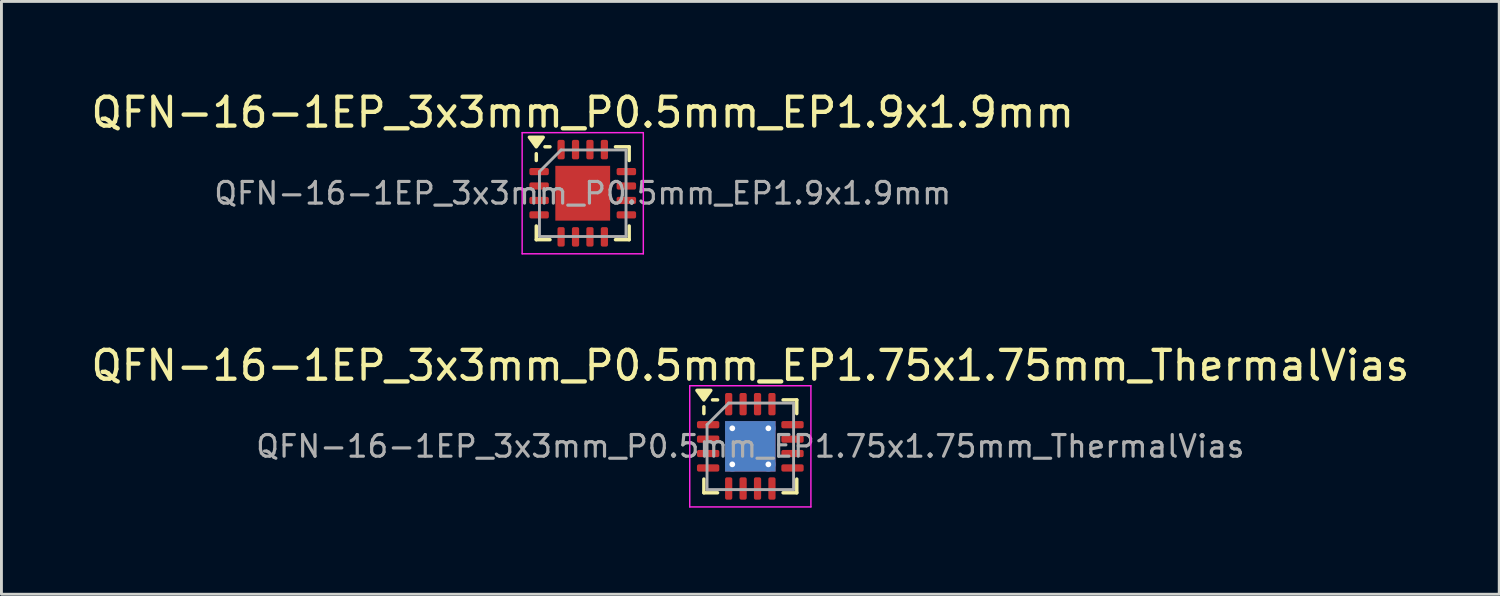
<source format=kicad_pcb>
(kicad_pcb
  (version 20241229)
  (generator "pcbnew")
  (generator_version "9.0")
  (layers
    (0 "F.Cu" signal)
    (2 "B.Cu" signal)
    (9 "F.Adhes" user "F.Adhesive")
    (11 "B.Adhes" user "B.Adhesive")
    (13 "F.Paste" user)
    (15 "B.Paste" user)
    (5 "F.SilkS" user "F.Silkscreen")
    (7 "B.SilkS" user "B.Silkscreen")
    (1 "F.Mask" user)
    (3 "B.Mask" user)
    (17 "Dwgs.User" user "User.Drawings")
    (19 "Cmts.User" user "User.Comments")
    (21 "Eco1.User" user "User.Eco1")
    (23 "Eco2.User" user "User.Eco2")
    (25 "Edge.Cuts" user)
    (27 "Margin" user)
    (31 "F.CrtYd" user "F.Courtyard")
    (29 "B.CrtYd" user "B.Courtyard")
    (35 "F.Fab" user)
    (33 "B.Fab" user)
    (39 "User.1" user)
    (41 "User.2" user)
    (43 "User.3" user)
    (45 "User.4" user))
  (footprint "QFN-16-1EP_3x3mm_P0.5mm_EP1.9x1.9mm"
    (layer "F.Cu")
    (at 17.149 3.648)
    (property "Reference" "QFN-16-1EP_3x3mm_P0.5mm_EP1.9x1.9mm" (at 0 -2.8 0) (layer "F.SilkS") (effects (font (size 1 1) (thickness 0.15))))
    (attr smd)
    (fp_line (start -1.61 -1.135) (end -1.61 -1.37) (stroke (width 0.12) (type solid)) (layer "F.SilkS"))
    (fp_line (start -1.61 1.61) (end -1.61 1.135) (stroke (width 0.12) (type solid)) (layer "F.SilkS"))
    (fp_line (start -1.135 -1.61) (end -1.31 -1.61) (stroke (width 0.12) (type solid)) (layer "F.SilkS"))
    (fp_line (start -1.135 1.61) (end -1.61 1.61) (stroke (width 0.12) (type solid)) (layer "F.SilkS"))
    (fp_line (start 1.135 -1.61) (end 1.61 -1.61) (stroke (width 0.12) (type solid)) (layer "F.SilkS"))
    (fp_line (start 1.135 1.61) (end 1.61 1.61) (stroke (width 0.12) (type solid)) (layer "F.SilkS"))
    (fp_line (start 1.61 -1.61) (end 1.61 -1.135) (stroke (width 0.12) (type solid)) (layer "F.SilkS"))
    (fp_line (start 1.61 1.61) (end 1.61 1.135) (stroke (width 0.12) (type solid)) (layer "F.SilkS"))
    (fp_poly (pts (xy -1.61 -1.61) (xy -1.85 -1.94) (xy -1.37 -1.94) (xy -1.61 -1.61)) (stroke (width 0.12) (type solid)) (fill yes) (layer "F.SilkS"))
    (fp_line (start -2.1 -2.1) (end -2.1 2.1) (stroke (width 0.05) (type solid)) (layer "F.CrtYd"))
    (fp_line (start -2.1 2.1) (end 2.1 2.1) (stroke (width 0.05) (type solid)) (layer "F.CrtYd"))
    (fp_line (start 2.1 -2.1) (end -2.1 -2.1) (stroke (width 0.05) (type solid)) (layer "F.CrtYd"))
    (fp_line (start 2.1 2.1) (end 2.1 -2.1) (stroke (width 0.05) (type solid)) (layer "F.CrtYd"))
    (fp_line (start -1.5 -0.75) (end -0.75 -1.5) (stroke (width 0.1) (type solid)) (layer "F.Fab"))
    (fp_line (start -1.5 1.5) (end -1.5 -0.75) (stroke (width 0.1) (type solid)) (layer "F.Fab"))
    (fp_line (start -0.75 -1.5) (end 1.5 -1.5) (stroke (width 0.1) (type solid)) (layer "F.Fab"))
    (fp_line (start 1.5 -1.5) (end 1.5 1.5) (stroke (width 0.1) (type solid)) (layer "F.Fab"))
    (fp_line (start 1.5 1.5) (end -1.5 1.5) (stroke (width 0.1) (type solid)) (layer "F.Fab"))
    (fp_text user "${REFERENCE}" (at 0 0 0) (layer "F.Fab") (effects (font (size 0.75 0.75) (thickness 0.11))))
    (pad "" smd roundrect (at -0.475 -0.475) (size 0.77 0.77) (layers "F.Paste") (roundrect_rratio 0.25))
    (pad "" smd roundrect (at -0.475 0.475) (size 0.77 0.77) (layers "F.Paste") (roundrect_rratio 0.25))
    (pad "" smd roundrect (at 0.475 -0.475) (size 0.77 0.77) (layers "F.Paste") (roundrect_rratio 0.25))
    (pad "" smd roundrect (at 0.475 0.475) (size 0.77 0.77) (layers "F.Paste") (roundrect_rratio 0.25))
    (pad "1" smd roundrect (at -1.512 -0.75) (size 0.675 0.25) (layers "F.Cu" "F.Mask" "F.Paste") (roundrect_rratio 0.25))
    (pad "2" smd roundrect (at -1.512 -0.25) (size 0.675 0.25) (layers "F.Cu" "F.Mask" "F.Paste") (roundrect_rratio 0.25))
    (pad "3" smd roundrect (at -1.512 0.25) (size 0.675 0.25) (layers "F.Cu" "F.Mask" "F.Paste") (roundrect_rratio 0.25))
    (pad "4" smd roundrect (at -1.512 0.75) (size 0.675 0.25) (layers "F.Cu" "F.Mask" "F.Paste") (roundrect_rratio 0.25))
    (pad "5" smd roundrect (at -0.75 1.512) (size 0.25 0.675) (layers "F.Cu" "F.Mask" "F.Paste") (roundrect_rratio 0.25))
    (pad "6" smd roundrect (at -0.25 1.512) (size 0.25 0.675) (layers "F.Cu" "F.Mask" "F.Paste") (roundrect_rratio 0.25))
    (pad "7" smd roundrect (at 0.25 1.512) (size 0.25 0.675) (layers "F.Cu" "F.Mask" "F.Paste") (roundrect_rratio 0.25))
    (pad "8" smd roundrect (at 0.75 1.512) (size 0.25 0.675) (layers "F.Cu" "F.Mask" "F.Paste") (roundrect_rratio 0.25))
    (pad "9" smd roundrect (at 1.512 0.75) (size 0.675 0.25) (layers "F.Cu" "F.Mask" "F.Paste") (roundrect_rratio 0.25))
    (pad "10" smd roundrect (at 1.512 0.25) (size 0.675 0.25) (layers "F.Cu" "F.Mask" "F.Paste") (roundrect_rratio 0.25))
    (pad "11" smd roundrect (at 1.512 -0.25) (size 0.675 0.25) (layers "F.Cu" "F.Mask" "F.Paste") (roundrect_rratio 0.25))
    (pad "12" smd roundrect (at 1.512 -0.75) (size 0.675 0.25) (layers "F.Cu" "F.Mask" "F.Paste") (roundrect_rratio 0.25))
    (pad "13" smd roundrect (at 0.75 -1.512) (size 0.25 0.675) (layers "F.Cu" "F.Mask" "F.Paste") (roundrect_rratio 0.25))
    (pad "14" smd roundrect (at 0.25 -1.512) (size 0.25 0.675) (layers "F.Cu" "F.Mask" "F.Paste") (roundrect_rratio 0.25))
    (pad "15" smd roundrect (at -0.25 -1.512) (size 0.25 0.675) (layers "F.Cu" "F.Mask" "F.Paste") (roundrect_rratio 0.25))
    (pad "16" smd roundrect (at -0.75 -1.512) (size 0.25 0.675) (layers "F.Cu" "F.Mask" "F.Paste") (roundrect_rratio 0.25))
    (pad "17" smd rect (at 0 0) (size 1.9 1.9) (property pad_prop_heatsink) (layers "F.Cu" "F.Mask")))
  (footprint "QFN-16-1EP_3x3mm_P0.5mm_EP1.75x1.75mm_ThermalVias"
    (layer "F.Cu")
    (at 22.958 12.421)
    (property "Reference" "QFN-16-1EP_3x3mm_P0.5mm_EP1.75x1.75mm_ThermalVias" (at 0 -2.8 0) (layer "F.SilkS") (effects (font (size 1 1) (thickness 0.15))))
    (attr smd)
    (fp_line (start -1.61 -1.135) (end -1.61 -1.37) (stroke (width 0.12) (type solid)) (layer "F.SilkS"))
    (fp_line (start -1.61 1.61) (end -1.61 1.135) (stroke (width 0.12) (type solid)) (layer "F.SilkS"))
    (fp_line (start -1.135 -1.61) (end -1.31 -1.61) (stroke (width 0.12) (type solid)) (layer "F.SilkS"))
    (fp_line (start -1.135 1.61) (end -1.61 1.61) (stroke (width 0.12) (type solid)) (layer "F.SilkS"))
    (fp_line (start 1.135 -1.61) (end 1.61 -1.61) (stroke (width 0.12) (type solid)) (layer "F.SilkS"))
    (fp_line (start 1.135 1.61) (end 1.61 1.61) (stroke (width 0.12) (type solid)) (layer "F.SilkS"))
    (fp_line (start 1.61 -1.61) (end 1.61 -1.135) (stroke (width 0.12) (type solid)) (layer "F.SilkS"))
    (fp_line (start 1.61 1.61) (end 1.61 1.135) (stroke (width 0.12) (type solid)) (layer "F.SilkS"))
    (fp_poly (pts (xy -1.61 -1.61) (xy -1.85 -1.94) (xy -1.37 -1.94) (xy -1.61 -1.61)) (stroke (width 0.12) (type solid)) (fill yes) (layer "F.SilkS"))
    (fp_line (start -2.1 -2.1) (end -2.1 2.1) (stroke (width 0.05) (type solid)) (layer "F.CrtYd"))
    (fp_line (start -2.1 2.1) (end 2.1 2.1) (stroke (width 0.05) (type solid)) (layer "F.CrtYd"))
    (fp_line (start 2.1 -2.1) (end -2.1 -2.1) (stroke (width 0.05) (type solid)) (layer "F.CrtYd"))
    (fp_line (start 2.1 2.1) (end 2.1 -2.1) (stroke (width 0.05) (type solid)) (layer "F.CrtYd"))
    (fp_line (start -1.5 -0.75) (end -0.75 -1.5) (stroke (width 0.1) (type solid)) (layer "F.Fab"))
    (fp_line (start -1.5 1.5) (end -1.5 -0.75) (stroke (width 0.1) (type solid)) (layer "F.Fab"))
    (fp_line (start -0.75 -1.5) (end 1.5 -1.5) (stroke (width 0.1) (type solid)) (layer "F.Fab"))
    (fp_line (start 1.5 -1.5) (end 1.5 1.5) (stroke (width 0.1) (type solid)) (layer "F.Fab"))
    (fp_line (start 1.5 1.5) (end -1.5 1.5) (stroke (width 0.1) (type solid)) (layer "F.Fab"))
    (fp_text user "${REFERENCE}" (at 0 0 0) (layer "F.Fab") (effects (font (size 0.75 0.75) (thickness 0.11))))
    (pad "" smd roundrect (at -0.44 -0.44) (size 0.76 0.76) (layers "F.Paste") (roundrect_rratio 0.25))
    (pad "" smd roundrect (at -0.44 0.44) (size 0.76 0.76) (layers "F.Paste") (roundrect_rratio 0.25))
    (pad "" smd roundrect (at 0.44 -0.44) (size 0.76 0.76) (layers "F.Paste") (roundrect_rratio 0.25))
    (pad "" smd roundrect (at 0.44 0.44) (size 0.76 0.76) (layers "F.Paste") (roundrect_rratio 0.25))
    (pad "1" smd roundrect (at -1.462 -0.75) (size 0.775 0.25) (layers "F.Cu" "F.Mask" "F.Paste") (roundrect_rratio 0.25))
    (pad "2" smd roundrect (at -1.462 -0.25) (size 0.775 0.25) (layers "F.Cu" "F.Mask" "F.Paste") (roundrect_rratio 0.25))
    (pad "3" smd roundrect (at -1.462 0.25) (size 0.775 0.25) (layers "F.Cu" "F.Mask" "F.Paste") (roundrect_rratio 0.25))
    (pad "4" smd roundrect (at -1.462 0.75) (size 0.775 0.25) (layers "F.Cu" "F.Mask" "F.Paste") (roundrect_rratio 0.25))
    (pad "5" smd roundrect (at -0.75 1.462) (size 0.25 0.775) (layers "F.Cu" "F.Mask" "F.Paste") (roundrect_rratio 0.25))
    (pad "6" smd roundrect (at -0.25 1.462) (size 0.25 0.775) (layers "F.Cu" "F.Mask" "F.Paste") (roundrect_rratio 0.25))
    (pad "7" smd roundrect (at 0.25 1.462) (size 0.25 0.775) (layers "F.Cu" "F.Mask" "F.Paste") (roundrect_rratio 0.25))
    (pad "8" smd roundrect (at 0.75 1.462) (size 0.25 0.775) (layers "F.Cu" "F.Mask" "F.Paste") (roundrect_rratio 0.25))
    (pad "9" smd roundrect (at 1.462 0.75) (size 0.775 0.25) (layers "F.Cu" "F.Mask" "F.Paste") (roundrect_rratio 0.25))
    (pad "10" smd roundrect (at 1.462 0.25) (size 0.775 0.25) (layers "F.Cu" "F.Mask" "F.Paste") (roundrect_rratio 0.25))
    (pad "11" smd roundrect (at 1.462 -0.25) (size 0.775 0.25) (layers "F.Cu" "F.Mask" "F.Paste") (roundrect_rratio 0.25))
    (pad "12" smd roundrect (at 1.462 -0.75) (size 0.775 0.25) (layers "F.Cu" "F.Mask" "F.Paste") (roundrect_rratio 0.25))
    (pad "13" smd roundrect (at 0.75 -1.462) (size 0.25 0.775) (layers "F.Cu" "F.Mask" "F.Paste") (roundrect_rratio 0.25))
    (pad "14" smd roundrect (at 0.25 -1.462) (size 0.25 0.775) (layers "F.Cu" "F.Mask" "F.Paste") (roundrect_rratio 0.25))
    (pad "15" smd roundrect (at -0.25 -1.462) (size 0.25 0.775) (layers "F.Cu" "F.Mask" "F.Paste") (roundrect_rratio 0.25))
    (pad "16" smd roundrect (at -0.75 -1.462) (size 0.25 0.775) (layers "F.Cu" "F.Mask" "F.Paste") (roundrect_rratio 0.25))
    (pad "17" thru_hole circle (at -0.625 -0.625) (size 0.5 0.5) (drill 0.2) (property pad_prop_heatsink) (layers "*.Cu"))
    (pad "17" thru_hole circle (at -0.625 0.625) (size 0.5 0.5) (drill 0.2) (property pad_prop_heatsink) (layers "*.Cu"))
    (pad "17" smd rect (at 0 0) (size 1.75 1.75) (property pad_prop_heatsink) (layers "F.Cu" "F.Mask"))
    (pad "17" smd rect (at 0 0) (size 1.75 1.75) (property pad_prop_heatsink) (layers "B.Cu"))
    (pad "17" thru_hole circle (at 0.625 -0.625) (size 0.5 0.5) (drill 0.2) (property pad_prop_heatsink) (layers "*.Cu"))
    (pad "17" thru_hole circle (at 0.625 0.625) (size 0.5 0.5) (drill 0.2) (property pad_prop_heatsink) (layers "*.Cu")))
  (gr_rect
    (start -3 -3)
    (end 48.917 17.547)
    (stroke (width 0.1) (type default))
    (fill no)
    (layer "Edge.Cuts")))
</source>
